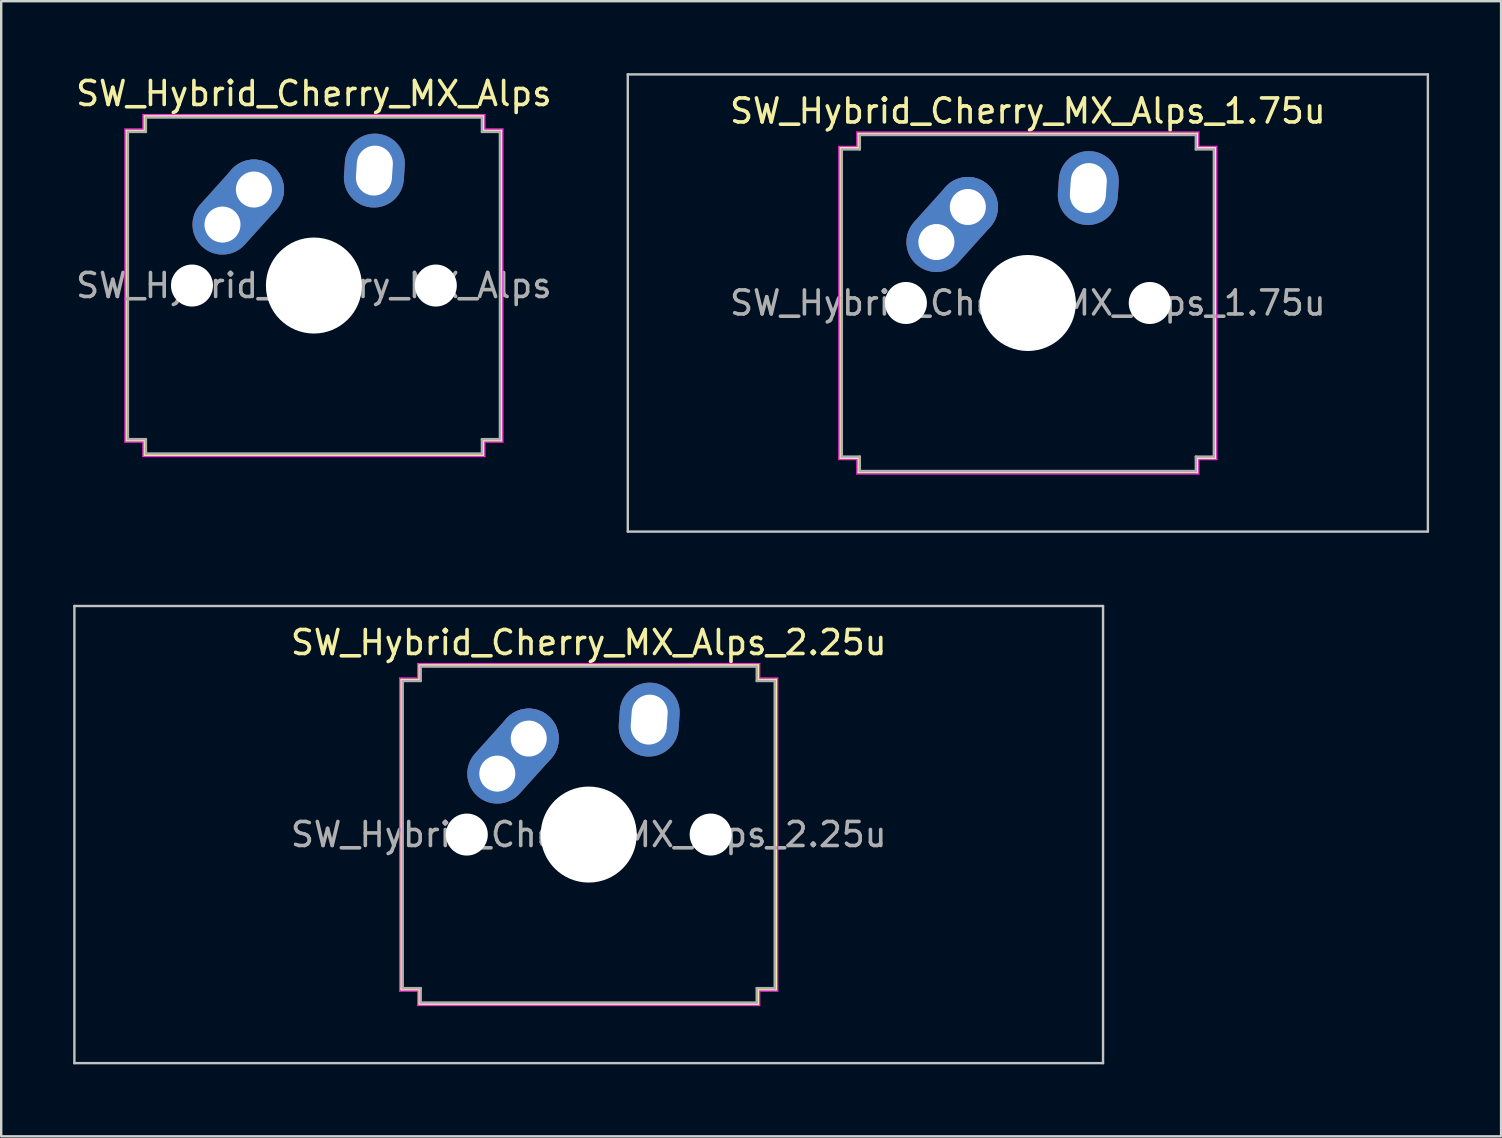
<source format=kicad_pcb>
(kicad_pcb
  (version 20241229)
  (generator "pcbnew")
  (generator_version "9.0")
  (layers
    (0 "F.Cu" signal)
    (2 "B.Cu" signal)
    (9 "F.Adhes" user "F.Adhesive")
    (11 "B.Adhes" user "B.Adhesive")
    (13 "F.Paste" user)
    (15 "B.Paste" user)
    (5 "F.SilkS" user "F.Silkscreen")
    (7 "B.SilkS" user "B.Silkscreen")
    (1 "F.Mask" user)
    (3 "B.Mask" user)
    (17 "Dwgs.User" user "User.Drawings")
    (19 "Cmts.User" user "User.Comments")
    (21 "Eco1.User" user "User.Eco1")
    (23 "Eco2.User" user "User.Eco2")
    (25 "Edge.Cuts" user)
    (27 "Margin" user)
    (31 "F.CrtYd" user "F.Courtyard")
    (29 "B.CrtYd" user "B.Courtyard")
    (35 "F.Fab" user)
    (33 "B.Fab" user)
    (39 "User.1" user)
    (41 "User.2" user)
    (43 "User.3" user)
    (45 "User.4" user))
  (footprint "SW_Hybrid_Cherry_MX_Alps_1.75u"
    (layer "F.Cu")
    (at 39.778 9.575)
    (property "Reference" "SW_Hybrid_Cherry_MX_Alps_1.75u" (at 0 -8 0) (layer "F.SilkS") (effects (font (size 1 1) (thickness 0.15))))
    (attr through_hole)
    (fp_line (start -7.8 -6.45) (end -7.05 -6.45) (stroke (width 0.12) (type solid)) (layer "F.SilkS"))
    (fp_line (start -7.8 6.45) (end -7.8 -6.45) (stroke (width 0.12) (type solid)) (layer "F.SilkS"))
    (fp_line (start -7.05 -7.05) (end 7.05 -7.05) (stroke (width 0.12) (type solid)) (layer "F.SilkS"))
    (fp_line (start -7.05 -6.45) (end -7.05 -7.05) (stroke (width 0.12) (type solid)) (layer "F.SilkS"))
    (fp_line (start -7.05 6.45) (end -7.8 6.45) (stroke (width 0.12) (type solid)) (layer "F.SilkS"))
    (fp_line (start -7.05 7.05) (end -7.05 6.45) (stroke (width 0.12) (type solid)) (layer "F.SilkS"))
    (fp_line (start 7.05 -7.05) (end 7.05 -6.45) (stroke (width 0.12) (type solid)) (layer "F.SilkS"))
    (fp_line (start 7.05 -6.45) (end 7.8 -6.45) (stroke (width 0.12) (type solid)) (layer "F.SilkS"))
    (fp_line (start 7.05 6.45) (end 7.05 7.05) (stroke (width 0.12) (type solid)) (layer "F.SilkS"))
    (fp_line (start 7.05 7.05) (end -7.05 7.05) (stroke (width 0.12) (type solid)) (layer "F.SilkS"))
    (fp_line (start 7.8 -6.45) (end 7.8 6.45) (stroke (width 0.12) (type solid)) (layer "F.SilkS"))
    (fp_line (start 7.8 6.45) (end 7.05 6.45) (stroke (width 0.12) (type solid)) (layer "F.SilkS"))
    (fp_line (start -16.669 -9.525) (end -16.669 9.525) (stroke (width 0.1) (type solid)) (layer "Dwgs.User"))
    (fp_line (start -16.669 9.525) (end 16.669 9.525) (stroke (width 0.1) (type solid)) (layer "Dwgs.User"))
    (fp_line (start 16.669 -9.525) (end -16.669 -9.525) (stroke (width 0.1) (type solid)) (layer "Dwgs.User"))
    (fp_line (start 16.669 9.525) (end 16.669 -9.525) (stroke (width 0.1) (type solid)) (layer "Dwgs.User"))
    (fp_line (start -7.875 -6.525) (end -7.125 -6.525) (stroke (width 0.05) (type solid)) (layer "F.CrtYd"))
    (fp_line (start -7.875 6.525) (end -7.875 -6.525) (stroke (width 0.05) (type solid)) (layer "F.CrtYd"))
    (fp_line (start -7.125 -7.125) (end 7.125 -7.125) (stroke (width 0.05) (type solid)) (layer "F.CrtYd"))
    (fp_line (start -7.125 -6.525) (end -7.125 -7.125) (stroke (width 0.05) (type solid)) (layer "F.CrtYd"))
    (fp_line (start -7.125 6.525) (end -7.875 6.525) (stroke (width 0.05) (type solid)) (layer "F.CrtYd"))
    (fp_line (start -7.125 7.125) (end -7.125 6.525) (stroke (width 0.05) (type solid)) (layer "F.CrtYd"))
    (fp_line (start 7.125 -7.125) (end 7.125 -6.525) (stroke (width 0.05) (type solid)) (layer "F.CrtYd"))
    (fp_line (start 7.125 -6.525) (end 7.875 -6.525) (stroke (width 0.05) (type solid)) (layer "F.CrtYd"))
    (fp_line (start 7.125 6.525) (end 7.125 7.125) (stroke (width 0.05) (type solid)) (layer "F.CrtYd"))
    (fp_line (start 7.125 7.125) (end -7.125 7.125) (stroke (width 0.05) (type solid)) (layer "F.CrtYd"))
    (fp_line (start 7.875 -6.525) (end 7.875 6.525) (stroke (width 0.05) (type solid)) (layer "F.CrtYd"))
    (fp_line (start 7.875 6.525) (end 7.125 6.525) (stroke (width 0.05) (type solid)) (layer "F.CrtYd"))
    (fp_line (start -7.75 -6.4) (end -7 -6.4) (stroke (width 0.1) (type solid)) (layer "F.Fab"))
    (fp_line (start -7.75 6.4) (end -7.75 -6.4) (stroke (width 0.1) (type solid)) (layer "F.Fab"))
    (fp_line (start -7 -7) (end 7 -7) (stroke (width 0.1) (type solid)) (layer "F.Fab"))
    (fp_line (start -7 -6.4) (end -7 -7) (stroke (width 0.1) (type solid)) (layer "F.Fab"))
    (fp_line (start -7 6.4) (end -7.75 6.4) (stroke (width 0.1) (type solid)) (layer "F.Fab"))
    (fp_line (start -7 7) (end -7 6.4) (stroke (width 0.1) (type solid)) (layer "F.Fab"))
    (fp_line (start 7 -7) (end 7 -6.4) (stroke (width 0.1) (type solid)) (layer "F.Fab"))
    (fp_line (start 7 -6.4) (end 7.75 -6.4) (stroke (width 0.1) (type solid)) (layer "F.Fab"))
    (fp_line (start 7 6.4) (end 7 7) (stroke (width 0.1) (type solid)) (layer "F.Fab"))
    (fp_line (start 7 7) (end -7 7) (stroke (width 0.1) (type solid)) (layer "F.Fab"))
    (fp_line (start 7.75 -6.4) (end 7.75 6.4) (stroke (width 0.1) (type solid)) (layer "F.Fab"))
    (fp_line (start 7.75 6.4) (end 7 6.4) (stroke (width 0.1) (type solid)) (layer "F.Fab"))
    (fp_text user "${REFERENCE}" (at 0 0 0) (layer "F.Fab") (effects (font (size 1 1) (thickness 0.15))))
    (pad "" np_thru_hole circle (at -5.08 0) (size 1.75 1.75) (drill 1.75) (layers "*.Cu" "*.Mask"))
    (pad "" np_thru_hole circle (at 0 0) (size 4 4) (drill 4) (layers "*.Cu" "*.Mask"))
    (pad "" np_thru_hole circle (at 5.08 0) (size 1.75 1.75) (drill 1.75) (layers "*.Cu" "*.Mask"))
    (pad "1" thru_hole oval (at 2.52 -4.79 86) (size 3.081 2.5) (drill oval 2.081 1.5) (layers "*.Cu" "B.Mask"))
    (pad "2" thru_hole oval (at -3.81 -2.54 48) (size 4.462 2.5) (drill 1.5 (offset 0.981 0)) (layers "*.Cu" "B.Mask"))
    (pad "2" thru_hole circle (at -2.5 -4) (size 2.5 2.5) (drill 1.5) (layers "*.Cu" "B.Mask")))
  (footprint "SW_Hybrid_Cherry_MX_Alps_2.25u"
    (layer "F.Cu")
    (at 21.481 31.725)
    (property "Reference" "SW_Hybrid_Cherry_MX_Alps_2.25u" (at 0 -8 0) (layer "F.SilkS") (effects (font (size 1 1) (thickness 0.15))))
    (attr through_hole)
    (fp_line (start -7.8 -6.45) (end -7.05 -6.45) (stroke (width 0.12) (type solid)) (layer "F.SilkS"))
    (fp_line (start -7.8 6.45) (end -7.8 -6.45) (stroke (width 0.12) (type solid)) (layer "F.SilkS"))
    (fp_line (start -7.05 -7.05) (end 7.05 -7.05) (stroke (width 0.12) (type solid)) (layer "F.SilkS"))
    (fp_line (start -7.05 -6.45) (end -7.05 -7.05) (stroke (width 0.12) (type solid)) (layer "F.SilkS"))
    (fp_line (start -7.05 6.45) (end -7.8 6.45) (stroke (width 0.12) (type solid)) (layer "F.SilkS"))
    (fp_line (start -7.05 7.05) (end -7.05 6.45) (stroke (width 0.12) (type solid)) (layer "F.SilkS"))
    (fp_line (start 7.05 -7.05) (end 7.05 -6.45) (stroke (width 0.12) (type solid)) (layer "F.SilkS"))
    (fp_line (start 7.05 -6.45) (end 7.8 -6.45) (stroke (width 0.12) (type solid)) (layer "F.SilkS"))
    (fp_line (start 7.05 6.45) (end 7.05 7.05) (stroke (width 0.12) (type solid)) (layer "F.SilkS"))
    (fp_line (start 7.05 7.05) (end -7.05 7.05) (stroke (width 0.12) (type solid)) (layer "F.SilkS"))
    (fp_line (start 7.8 -6.45) (end 7.8 6.45) (stroke (width 0.12) (type solid)) (layer "F.SilkS"))
    (fp_line (start 7.8 6.45) (end 7.05 6.45) (stroke (width 0.12) (type solid)) (layer "F.SilkS"))
    (fp_line (start -21.431 -9.525) (end -21.431 9.525) (stroke (width 0.1) (type solid)) (layer "Dwgs.User"))
    (fp_line (start -21.431 9.525) (end 21.431 9.525) (stroke (width 0.1) (type solid)) (layer "Dwgs.User"))
    (fp_line (start 21.431 -9.525) (end -21.431 -9.525) (stroke (width 0.1) (type solid)) (layer "Dwgs.User"))
    (fp_line (start 21.431 9.525) (end 21.431 -9.525) (stroke (width 0.1) (type solid)) (layer "Dwgs.User"))
    (fp_line (start -7.875 -6.525) (end -7.125 -6.525) (stroke (width 0.05) (type solid)) (layer "F.CrtYd"))
    (fp_line (start -7.875 6.525) (end -7.875 -6.525) (stroke (width 0.05) (type solid)) (layer "F.CrtYd"))
    (fp_line (start -7.125 -7.125) (end 7.125 -7.125) (stroke (width 0.05) (type solid)) (layer "F.CrtYd"))
    (fp_line (start -7.125 -6.525) (end -7.125 -7.125) (stroke (width 0.05) (type solid)) (layer "F.CrtYd"))
    (fp_line (start -7.125 6.525) (end -7.875 6.525) (stroke (width 0.05) (type solid)) (layer "F.CrtYd"))
    (fp_line (start -7.125 7.125) (end -7.125 6.525) (stroke (width 0.05) (type solid)) (layer "F.CrtYd"))
    (fp_line (start 7.125 -7.125) (end 7.125 -6.525) (stroke (width 0.05) (type solid)) (layer "F.CrtYd"))
    (fp_line (start 7.125 -6.525) (end 7.875 -6.525) (stroke (width 0.05) (type solid)) (layer "F.CrtYd"))
    (fp_line (start 7.125 6.525) (end 7.125 7.125) (stroke (width 0.05) (type solid)) (layer "F.CrtYd"))
    (fp_line (start 7.125 7.125) (end -7.125 7.125) (stroke (width 0.05) (type solid)) (layer "F.CrtYd"))
    (fp_line (start 7.875 -6.525) (end 7.875 6.525) (stroke (width 0.05) (type solid)) (layer "F.CrtYd"))
    (fp_line (start 7.875 6.525) (end 7.125 6.525) (stroke (width 0.05) (type solid)) (layer "F.CrtYd"))
    (fp_line (start -7.75 -6.4) (end -7 -6.4) (stroke (width 0.1) (type solid)) (layer "F.Fab"))
    (fp_line (start -7.75 6.4) (end -7.75 -6.4) (stroke (width 0.1) (type solid)) (layer "F.Fab"))
    (fp_line (start -7 -7) (end 7 -7) (stroke (width 0.1) (type solid)) (layer "F.Fab"))
    (fp_line (start -7 -6.4) (end -7 -7) (stroke (width 0.1) (type solid)) (layer "F.Fab"))
    (fp_line (start -7 6.4) (end -7.75 6.4) (stroke (width 0.1) (type solid)) (layer "F.Fab"))
    (fp_line (start -7 7) (end -7 6.4) (stroke (width 0.1) (type solid)) (layer "F.Fab"))
    (fp_line (start 7 -7) (end 7 -6.4) (stroke (width 0.1) (type solid)) (layer "F.Fab"))
    (fp_line (start 7 -6.4) (end 7.75 -6.4) (stroke (width 0.1) (type solid)) (layer "F.Fab"))
    (fp_line (start 7 6.4) (end 7 7) (stroke (width 0.1) (type solid)) (layer "F.Fab"))
    (fp_line (start 7 7) (end -7 7) (stroke (width 0.1) (type solid)) (layer "F.Fab"))
    (fp_line (start 7.75 -6.4) (end 7.75 6.4) (stroke (width 0.1) (type solid)) (layer "F.Fab"))
    (fp_line (start 7.75 6.4) (end 7 6.4) (stroke (width 0.1) (type solid)) (layer "F.Fab"))
    (fp_text user "${REFERENCE}" (at 0 0 0) (layer "F.Fab") (effects (font (size 1 1) (thickness 0.15))))
    (pad "" np_thru_hole circle (at -5.08 0) (size 1.75 1.75) (drill 1.75) (layers "*.Cu" "*.Mask"))
    (pad "" np_thru_hole circle (at 0 0) (size 4 4) (drill 4) (layers "*.Cu" "*.Mask"))
    (pad "" np_thru_hole circle (at 5.08 0) (size 1.75 1.75) (drill 1.75) (layers "*.Cu" "*.Mask"))
    (pad "1" thru_hole oval (at 2.52 -4.79 86) (size 3.081 2.5) (drill oval 2.081 1.5) (layers "*.Cu" "B.Mask"))
    (pad "2" thru_hole oval (at -3.81 -2.54 48) (size 4.462 2.5) (drill 1.5 (offset 0.981 0)) (layers "*.Cu" "B.Mask"))
    (pad "2" thru_hole circle (at -2.5 -4) (size 2.5 2.5) (drill 1.5) (layers "*.Cu" "B.Mask")))
  (footprint "SW_Hybrid_Cherry_MX_Alps"
    (layer "F.Cu")
    (at 10.03 8.848)
    (property "Reference" "SW_Hybrid_Cherry_MX_Alps" (at 0 -8 0) (layer "F.SilkS") (effects (font (size 1 1) (thickness 0.15))))
    (attr through_hole)
    (fp_line (start -7.8 -6.45) (end -7.05 -6.45) (stroke (width 0.12) (type solid)) (layer "F.SilkS"))
    (fp_line (start -7.8 6.45) (end -7.8 -6.45) (stroke (width 0.12) (type solid)) (layer "F.SilkS"))
    (fp_line (start -7.05 -7.05) (end 7.05 -7.05) (stroke (width 0.12) (type solid)) (layer "F.SilkS"))
    (fp_line (start -7.05 -6.45) (end -7.05 -7.05) (stroke (width 0.12) (type solid)) (layer "F.SilkS"))
    (fp_line (start -7.05 6.45) (end -7.8 6.45) (stroke (width 0.12) (type solid)) (layer "F.SilkS"))
    (fp_line (start -7.05 7.05) (end -7.05 6.45) (stroke (width 0.12) (type solid)) (layer "F.SilkS"))
    (fp_line (start 7.05 -7.05) (end 7.05 -6.45) (stroke (width 0.12) (type solid)) (layer "F.SilkS"))
    (fp_line (start 7.05 -6.45) (end 7.8 -6.45) (stroke (width 0.12) (type solid)) (layer "F.SilkS"))
    (fp_line (start 7.05 6.45) (end 7.05 7.05) (stroke (width 0.12) (type solid)) (layer "F.SilkS"))
    (fp_line (start 7.05 7.05) (end -7.05 7.05) (stroke (width 0.12) (type solid)) (layer "F.SilkS"))
    (fp_line (start 7.8 -6.45) (end 7.8 6.45) (stroke (width 0.12) (type solid)) (layer "F.SilkS"))
    (fp_line (start 7.8 6.45) (end 7.05 6.45) (stroke (width 0.12) (type solid)) (layer "F.SilkS"))
    (fp_line (start -7.875 -6.525) (end -7.125 -6.525) (stroke (width 0.05) (type solid)) (layer "F.CrtYd"))
    (fp_line (start -7.875 6.525) (end -7.875 -6.525) (stroke (width 0.05) (type solid)) (layer "F.CrtYd"))
    (fp_line (start -7.125 -7.125) (end 7.125 -7.125) (stroke (width 0.05) (type solid)) (layer "F.CrtYd"))
    (fp_line (start -7.125 -6.525) (end -7.125 -7.125) (stroke (width 0.05) (type solid)) (layer "F.CrtYd"))
    (fp_line (start -7.125 6.525) (end -7.875 6.525) (stroke (width 0.05) (type solid)) (layer "F.CrtYd"))
    (fp_line (start -7.125 7.125) (end -7.125 6.525) (stroke (width 0.05) (type solid)) (layer "F.CrtYd"))
    (fp_line (start 7.125 -7.125) (end 7.125 -6.525) (stroke (width 0.05) (type solid)) (layer "F.CrtYd"))
    (fp_line (start 7.125 -6.525) (end 7.875 -6.525) (stroke (width 0.05) (type solid)) (layer "F.CrtYd"))
    (fp_line (start 7.125 6.525) (end 7.125 7.125) (stroke (width 0.05) (type solid)) (layer "F.CrtYd"))
    (fp_line (start 7.125 7.125) (end -7.125 7.125) (stroke (width 0.05) (type solid)) (layer "F.CrtYd"))
    (fp_line (start 7.875 -6.525) (end 7.875 6.525) (stroke (width 0.05) (type solid)) (layer "F.CrtYd"))
    (fp_line (start 7.875 6.525) (end 7.125 6.525) (stroke (width 0.05) (type solid)) (layer "F.CrtYd"))
    (fp_line (start -7.75 -6.4) (end -7 -6.4) (stroke (width 0.1) (type solid)) (layer "F.Fab"))
    (fp_line (start -7.75 6.4) (end -7.75 -6.4) (stroke (width 0.1) (type solid)) (layer "F.Fab"))
    (fp_line (start -7 -7) (end 7 -7) (stroke (width 0.1) (type solid)) (layer "F.Fab"))
    (fp_line (start -7 -6.4) (end -7 -7) (stroke (width 0.1) (type solid)) (layer "F.Fab"))
    (fp_line (start -7 6.4) (end -7.75 6.4) (stroke (width 0.1) (type solid)) (layer "F.Fab"))
    (fp_line (start -7 7) (end -7 6.4) (stroke (width 0.1) (type solid)) (layer "F.Fab"))
    (fp_line (start 7 -7) (end 7 -6.4) (stroke (width 0.1) (type solid)) (layer "F.Fab"))
    (fp_line (start 7 -6.4) (end 7.75 -6.4) (stroke (width 0.1) (type solid)) (layer "F.Fab"))
    (fp_line (start 7 6.4) (end 7 7) (stroke (width 0.1) (type solid)) (layer "F.Fab"))
    (fp_line (start 7 7) (end -7 7) (stroke (width 0.1) (type solid)) (layer "F.Fab"))
    (fp_line (start 7.75 -6.4) (end 7.75 6.4) (stroke (width 0.1) (type solid)) (layer "F.Fab"))
    (fp_line (start 7.75 6.4) (end 7 6.4) (stroke (width 0.1) (type solid)) (layer "F.Fab"))
    (fp_text user "${REFERENCE}" (at 0 0 0) (layer "F.Fab") (effects (font (size 1 1) (thickness 0.15))))
    (pad "" np_thru_hole circle (at -5.08 0) (size 1.75 1.75) (drill 1.75) (layers "*.Cu" "*.Mask"))
    (pad "" np_thru_hole circle (at 0 0) (size 4 4) (drill 4) (layers "*.Cu" "*.Mask"))
    (pad "" np_thru_hole circle (at 5.08 0) (size 1.75 1.75) (drill 1.75) (layers "*.Cu" "*.Mask"))
    (pad "1" thru_hole oval (at 2.52 -4.79 86) (size 3.081 2.5) (drill oval 2.081 1.5) (layers "*.Cu" "B.Mask"))
    (pad "2" thru_hole oval (at -3.81 -2.54 48) (size 4.462 2.5) (drill 1.5 (offset 0.981 0)) (layers "*.Cu" "B.Mask"))
    (pad "2" thru_hole circle (at -2.5 -4) (size 2.5 2.5) (drill 1.5) (layers "*.Cu" "B.Mask")))
  (gr_rect
    (start -3 -3)
    (end 59.497 44.3)
    (stroke (width 0.1) (type default))
    (fill no)
    (layer "Edge.Cuts")))
</source>
